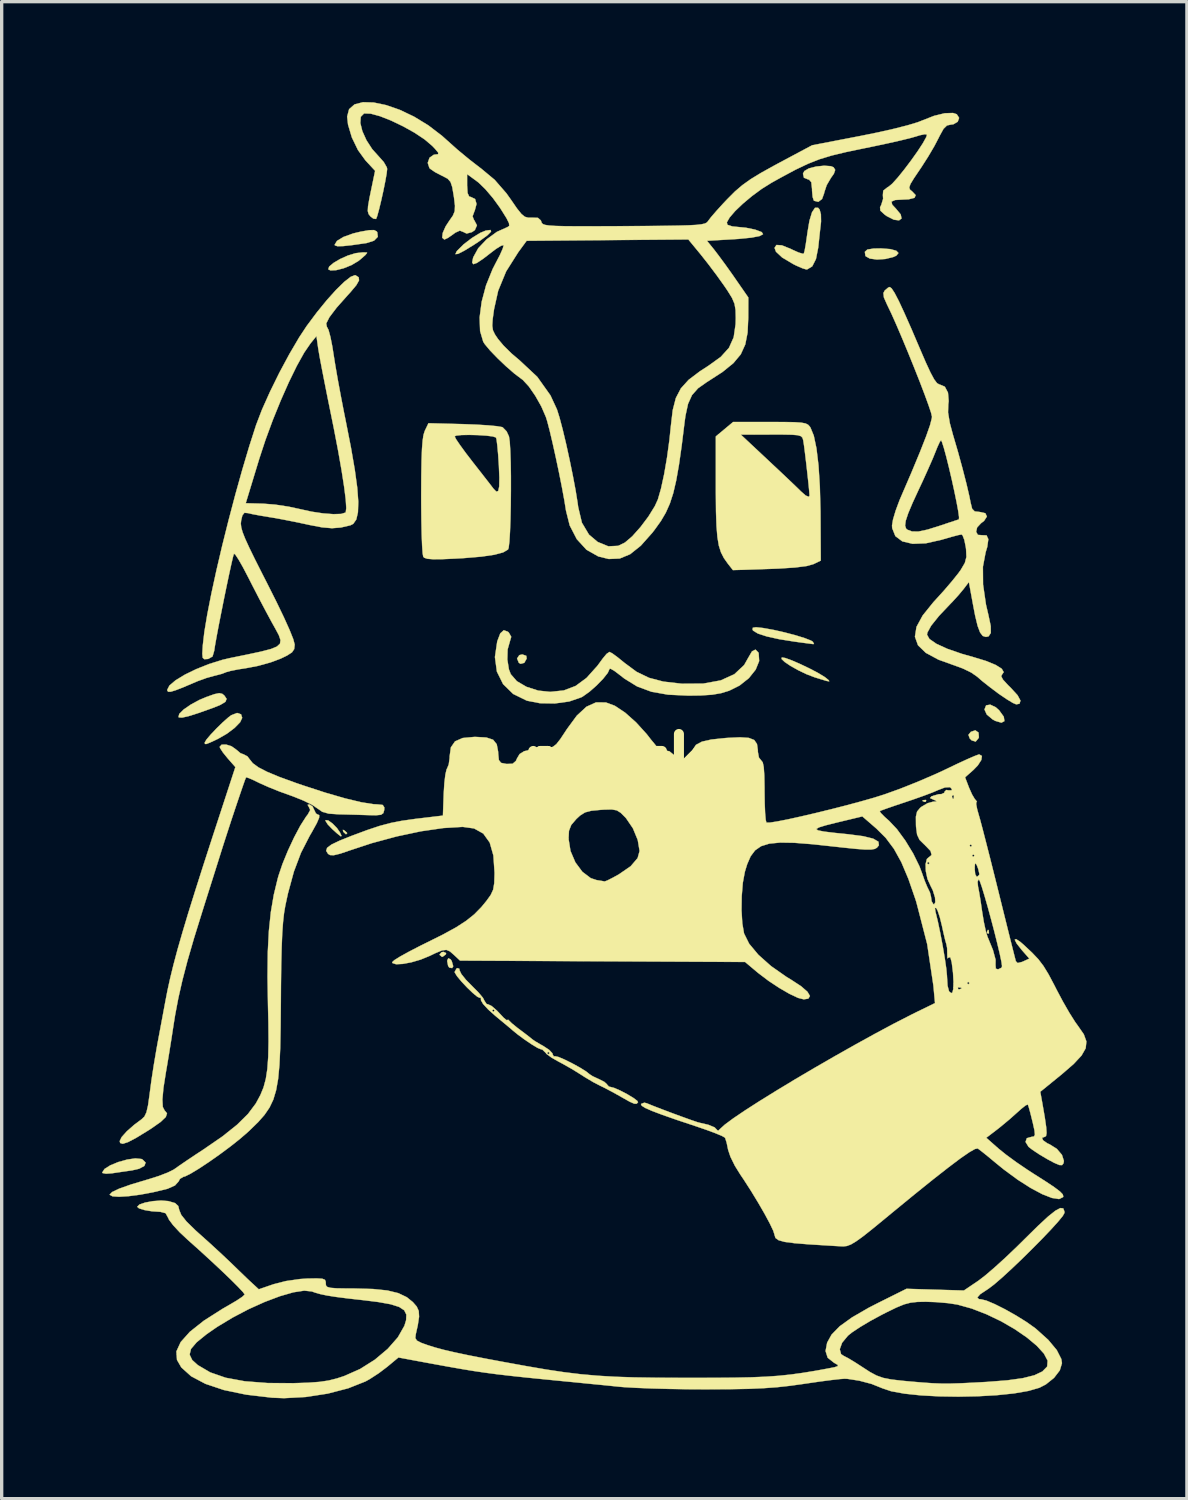
<source format=kicad_pcb>
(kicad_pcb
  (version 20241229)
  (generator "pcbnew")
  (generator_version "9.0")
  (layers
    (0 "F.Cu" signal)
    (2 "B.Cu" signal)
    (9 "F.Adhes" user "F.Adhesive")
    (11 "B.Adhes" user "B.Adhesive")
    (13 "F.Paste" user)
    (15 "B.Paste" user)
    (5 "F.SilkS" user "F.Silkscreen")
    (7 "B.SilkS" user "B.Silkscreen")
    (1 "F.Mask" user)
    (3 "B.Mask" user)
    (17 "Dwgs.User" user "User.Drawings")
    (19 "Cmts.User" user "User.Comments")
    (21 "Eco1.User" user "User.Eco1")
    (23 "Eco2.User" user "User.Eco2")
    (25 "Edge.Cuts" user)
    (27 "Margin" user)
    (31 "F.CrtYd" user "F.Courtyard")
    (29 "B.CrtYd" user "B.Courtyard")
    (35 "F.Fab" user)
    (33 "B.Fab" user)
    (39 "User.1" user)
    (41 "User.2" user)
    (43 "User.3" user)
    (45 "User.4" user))
  (footprint "mark"
    (layer "F.Cu")
    (at 15.32 19.723)
    (property "Reference" "mark" (at 0 0 0) (layer "F.SilkS") (effects (font (size 1.524 1.524) (thickness 0.3))))
    (attr through_hole)
    (fp_poly (pts (xy 9.313 1.145) (xy 9.303 1.19) (xy 9.264 1.195) (xy 9.202 1.168) (xy 9.214 1.145) (xy 9.302 1.137) (xy 9.313 1.145)) (stroke (width 0.01) (type solid)) (fill yes) (layer "F.SilkS"))
    (fp_poly (pts (xy 11.181 5.03) (xy 11.19 5.119) (xy 11.181 5.13) (xy 11.137 5.12) (xy 11.131 5.08) (xy 11.159 5.019) (xy 11.181 5.03)) (stroke (width 0.01) (type solid)) (fill yes) (layer "F.SilkS"))
    (fp_poly (pts (xy -8.08 2.047) (xy -8 2.117) (xy -7.994 2.134) (xy -8.029 2.164) (xy -8.103 2.095) (xy -8.113 2.08) (xy -8.122 2.029) (xy -8.08 2.047)) (stroke (width 0.01) (type solid)) (fill yes) (layer "F.SilkS"))
    (fp_poly (pts (xy -5.036 5.714) (xy -5.043 5.752) (xy -5.138 5.824) (xy -5.159 5.827) (xy -5.227 5.77) (xy -5.229 5.752) (xy -5.169 5.687) (xy -5.113 5.678) (xy -5.036 5.714)) (stroke (width 0.01) (type solid)) (fill yes) (layer "F.SilkS"))
    (fp_poly (pts (xy -4.905 5.898) (xy -4.868 5.953) (xy -4.823 6.109) (xy -4.856 6.163) (xy -4.942 6.148) (xy -4.976 6.096) (xy -5.005 5.947) (xy -4.973 5.87) (xy -4.905 5.898)) (stroke (width 0.01) (type solid)) (fill yes) (layer "F.SilkS"))
    (fp_poly (pts (xy -2.639 -3.171) (xy -2.628 -3.088) (xy -2.699 -2.961) (xy -2.809 -2.931) (xy -2.862 -2.962) (xy -2.915 -3.09) (xy -2.848 -3.191) (xy -2.759 -3.212) (xy -2.639 -3.171)) (stroke (width 0.01) (type solid)) (fill yes) (layer "F.SilkS"))
    (fp_poly (pts (xy 10.878 -0.877) (xy 10.889 -0.737) (xy 10.882 -0.715) (xy 10.793 -0.607) (xy 10.673 -0.643) (xy 10.616 -0.7) (xy 10.576 -0.808) (xy 10.648 -0.898) (xy 10.782 -0.944) (xy 10.878 -0.877)) (stroke (width 0.01) (type solid)) (fill yes) (layer "F.SilkS"))
    (fp_poly (pts (xy -8.557 1.751) (xy -8.429 1.844) (xy -8.294 1.984) (xy -8.208 2.11) (xy -8.161 2.212) (xy -8.183 2.225) (xy -8.288 2.144) (xy -8.434 2.013) (xy -8.573 1.869) (xy -8.64 1.764) (xy -8.638 1.74) (xy -8.557 1.751)) (stroke (width 0.01) (type solid)) (fill yes) (layer "F.SilkS"))
    (fp_poly (pts (xy 11.392 -1.634) (xy 11.492 -1.545) (xy 11.633 -1.35) (xy 11.652 -1.219) (xy 11.562 -1.172) (xy 11.376 -1.227) (xy 11.294 -1.273) (xy 11.124 -1.417) (xy 11.057 -1.565) (xy 11.056 -1.568) (xy 11.105 -1.69) (xy 11.228 -1.711) (xy 11.392 -1.634)) (stroke (width 0.01) (type solid)) (fill yes) (layer "F.SilkS"))
    (fp_poly (pts (xy -3.692 -15.85) (xy -3.805 -15.737) (xy -4.044 -15.563) (xy -4.204 -15.457) (xy -4.492 -15.28) (xy -4.678 -15.186) (xy -4.758 -15.176) (xy -4.725 -15.253) (xy -4.704 -15.28) (xy -4.512 -15.47) (xy -4.264 -15.66) (xy -4.017 -15.812) (xy -3.85 -15.881) (xy -3.706 -15.899) (xy -3.692 -15.85)) (stroke (width 0.01) (type solid)) (fill yes) (layer "F.SilkS"))
    (fp_poly (pts (xy 8.242 -15.327) (xy 8.42 -15.278) (xy 8.485 -15.21) (xy 8.421 -15.132) (xy 8.337 -15.093) (xy 8.093 -15.032) (xy 7.842 -15.016) (xy 7.63 -15.044) (xy 7.506 -15.113) (xy 7.496 -15.131) (xy 7.48 -15.246) (xy 7.555 -15.314) (xy 7.741 -15.344) (xy 7.963 -15.348) (xy 8.242 -15.327)) (stroke (width 0.01) (type solid)) (fill yes) (layer "F.SilkS"))
    (fp_poly (pts (xy -14.143 11.869) (xy -14.115 11.881) (xy -14.017 11.977) (xy -14.054 12.075) (xy -14.21 12.16) (xy -14.423 12.209) (xy -14.708 12.25) (xy -15 12.293) (xy -15.016 12.296) (xy -15.202 12.309) (xy -15.306 12.289) (xy -15.315 12.274) (xy -15.247 12.168) (xy -15.073 12.058) (xy -14.834 11.96) (xy -14.572 11.887) (xy -14.327 11.851) (xy -14.143 11.869)) (stroke (width 0.01) (type solid)) (fill yes) (layer "F.SilkS"))
    (fp_poly (pts (xy -7.408 -15.226) (xy -7.396 -15.216) (xy -7.45 -15.149) (xy -7.586 -15.03) (xy -7.659 -14.972) (xy -7.861 -14.851) (xy -8.097 -14.755) (xy -8.322 -14.698) (xy -8.493 -14.69) (xy -8.558 -14.724) (xy -8.531 -14.805) (xy -8.4 -14.915) (xy -8.202 -15.032) (xy -7.974 -15.134) (xy -7.753 -15.202) (xy -7.713 -15.209) (xy -7.521 -15.23) (xy -7.408 -15.226)) (stroke (width 0.01) (type solid)) (fill yes) (layer "F.SilkS"))
    (fp_poly (pts (xy -7.111 -15.856) (xy -7.094 -15.833) (xy -7.077 -15.695) (xy -7.19 -15.58) (xy -7.413 -15.508) (xy -7.422 -15.507) (xy -7.833 -15.448) (xy -8.114 -15.417) (xy -8.284 -15.414) (xy -8.359 -15.438) (xy -8.367 -15.458) (xy -8.297 -15.573) (xy -8.105 -15.69) (xy -7.818 -15.794) (xy -7.589 -15.849) (xy -7.336 -15.893) (xy -7.189 -15.896) (xy -7.111 -15.856)) (stroke (width 0.01) (type solid)) (fill yes) (layer "F.SilkS"))
    (fp_poly (pts (xy -11.725 -2.034) (xy -11.664 -1.984) (xy -11.597 -1.884) (xy -11.632 -1.796) (xy -11.784 -1.704) (xy -12.028 -1.606) (xy -12.446 -1.458) (xy -12.741 -1.365) (xy -12.928 -1.324) (xy -13.022 -1.33) (xy -13.035 -1.342) (xy -13.012 -1.435) (xy -12.882 -1.565) (xy -12.671 -1.711) (xy -12.411 -1.852) (xy -12.203 -1.94) (xy -11.962 -2.025) (xy -11.817 -2.055) (xy -11.725 -2.034)) (stroke (width 0.01) (type solid)) (fill yes) (layer "F.SilkS"))
    (fp_poly (pts (xy 5.103 -3.105) (xy 5.3 -3.033) (xy 5.553 -2.923) (xy 5.823 -2.794) (xy 6.072 -2.664) (xy 6.263 -2.549) (xy 6.313 -2.513) (xy 6.403 -2.439) (xy 6.416 -2.407) (xy 6.336 -2.42) (xy 6.142 -2.478) (xy 5.976 -2.53) (xy 5.735 -2.622) (xy 5.487 -2.741) (xy 5.261 -2.868) (xy 5.085 -2.986) (xy 4.99 -3.077) (xy 4.999 -3.123) (xy 5.103 -3.105)) (stroke (width 0.01) (type solid)) (fill yes) (layer "F.SilkS"))
    (fp_poly (pts (xy -11.165 -1.423) (xy -11.131 -1.317) (xy -11.193 -1.185) (xy -11.357 -1.017) (xy -11.589 -0.842) (xy -11.857 -0.688) (xy -11.874 -0.68) (xy -12.088 -0.58) (xy -12.201 -0.535) (xy -12.244 -0.536) (xy -12.251 -0.576) (xy -12.251 -0.579) (xy -12.2 -0.666) (xy -12.071 -0.818) (xy -11.896 -1.003) (xy -11.707 -1.187) (xy -11.538 -1.336) (xy -11.46 -1.394) (xy -11.284 -1.463) (xy -11.165 -1.423)) (stroke (width 0.01) (type solid)) (fill yes) (layer "F.SilkS"))
    (fp_poly (pts (xy 4.438 -4.002) (xy 4.444 -4.001) (xy 4.754 -3.945) (xy 5.088 -3.869) (xy 5.411 -3.784) (xy 5.684 -3.699) (xy 5.871 -3.626) (xy 5.925 -3.592) (xy 5.96 -3.527) (xy 5.935 -3.521) (xy 5.829 -3.535) (xy 5.621 -3.562) (xy 5.379 -3.595) (xy 4.924 -3.667) (xy 4.553 -3.749) (xy 4.285 -3.836) (xy 4.141 -3.923) (xy 4.124 -3.951) (xy 4.131 -4.01) (xy 4.226 -4.025) (xy 4.438 -4.002)) (stroke (width 0.01) (type solid)) (fill yes) (layer "F.SilkS"))
    (fp_poly (pts (xy 6.464 -17.806) (xy 6.546 -17.773) (xy 6.594 -17.695) (xy 6.556 -17.583) (xy 6.466 -17.455) (xy 6.34 -17.24) (xy 6.267 -17.022) (xy 6.263 -16.996) (xy 6.201 -16.825) (xy 6.089 -16.74) (xy 5.966 -16.771) (xy 5.954 -16.781) (xy 5.92 -16.884) (xy 5.902 -17.072) (xy 5.902 -17.12) (xy 5.88 -17.327) (xy 5.811 -17.405) (xy 5.794 -17.406) (xy 5.66 -17.46) (xy 5.631 -17.582) (xy 5.672 -17.661) (xy 5.806 -17.739) (xy 6.023 -17.795) (xy 6.263 -17.82) (xy 6.464 -17.806)) (stroke (width 0.01) (type solid)) (fill yes) (layer "F.SilkS"))
    (fp_poly (pts (xy 6.128 -16.51) (xy 6.167 -16.367) (xy 6.171 -16.153) (xy 6.166 -16.099) (xy 6.137 -15.848) (xy 6.104 -15.538) (xy 6.086 -15.371) (xy 6.019 -15.032) (xy 5.908 -14.812) (xy 5.759 -14.722) (xy 5.728 -14.72) (xy 5.612 -14.755) (xy 5.424 -14.837) (xy 5.341 -14.879) (xy 5.009 -15.076) (xy 4.824 -15.249) (xy 4.781 -15.364) (xy 4.837 -15.451) (xy 5.001 -15.44) (xy 5.271 -15.331) (xy 5.314 -15.309) (xy 5.502 -15.225) (xy 5.629 -15.188) (xy 5.654 -15.191) (xy 5.68 -15.278) (xy 5.715 -15.475) (xy 5.754 -15.743) (xy 5.763 -15.813) (xy 5.824 -16.174) (xy 5.901 -16.428) (xy 5.99 -16.561) (xy 6.082 -16.563) (xy 6.128 -16.51)) (stroke (width 0.01) (type solid)) (fill yes) (layer "F.SilkS"))
    (fp_poly (pts (xy 5.074 -10.159) (xy 5.377 -10.154) (xy 5.58 -10.14) (xy 5.708 -10.116) (xy 5.785 -10.077) (xy 5.837 -10.02) (xy 5.855 -9.992) (xy 5.954 -9.751) (xy 6.034 -9.37) (xy 6.095 -8.861) (xy 6.135 -8.231) (xy 6.155 -7.491) (xy 6.156 -7.36) (xy 6.163 -6.017) (xy 5.941 -5.91) (xy 5.74 -5.854) (xy 5.394 -5.81) (xy 4.901 -5.778) (xy 4.628 -5.768) (xy 3.537 -5.733) (xy 3.379 -5.934) (xy 3.266 -6.094) (xy 3.18 -6.263) (xy 3.116 -6.464) (xy 3.073 -6.72) (xy 3.046 -7.052) (xy 3.031 -7.483) (xy 3.026 -8.035) (xy 3.026 -8.207) (xy 3.026 -9.728) (xy 3.09 -9.782) (xy 3.773 -9.782) (xy 4.594 -9.013) (xy 4.895 -8.731) (xy 5.168 -8.473) (xy 5.389 -8.263) (xy 5.534 -8.122) (xy 5.566 -8.09) (xy 5.712 -7.961) (xy 5.806 -7.924) (xy 5.827 -7.959) (xy 5.818 -8.082) (xy 5.796 -8.311) (xy 5.764 -8.605) (xy 5.728 -8.924) (xy 5.692 -9.225) (xy 5.661 -9.467) (xy 5.639 -9.609) (xy 5.637 -9.618) (xy 5.615 -9.689) (xy 5.569 -9.736) (xy 5.473 -9.765) (xy 5.302 -9.779) (xy 5.029 -9.784) (xy 4.686 -9.784) (xy 3.773 -9.782) (xy 3.09 -9.782) (xy 3.284 -9.944) (xy 3.543 -10.16) (xy 4.646 -10.16) (xy 5.074 -10.159)) (stroke (width 0.01) (type solid)) (fill yes) (layer "F.SilkS"))
    (fp_poly (pts (xy -4.519 -10.096) (xy -4.129 -10.081) (xy -3.786 -10.06) (xy -3.52 -10.035) (xy -3.364 -10.008) (xy -3.344 -10) (xy -3.228 -9.88) (xy -3.157 -9.728) (xy -3.134 -9.57) (xy -3.117 -9.302) (xy -3.105 -8.951) (xy -3.099 -8.543) (xy -3.099 -8.105) (xy -3.103 -7.664) (xy -3.112 -7.246) (xy -3.126 -6.879) (xy -3.144 -6.589) (xy -3.166 -6.402) (xy -3.185 -6.348) (xy -3.333 -6.261) (xy -3.597 -6.191) (xy -3.984 -6.135) (xy -4.507 -6.091) (xy -4.751 -6.077) (xy -5.15 -6.059) (xy -5.423 -6.057) (xy -5.595 -6.071) (xy -5.689 -6.102) (xy -5.719 -6.132) (xy -5.737 -6.234) (xy -5.753 -6.462) (xy -5.766 -6.795) (xy -5.775 -7.21) (xy -5.78 -7.683) (xy -5.781 -7.955) (xy -5.778 -8.547) (xy -5.77 -9.008) (xy -5.757 -9.355) (xy -5.737 -9.607) (xy -5.718 -9.729) (xy -4.781 -9.729) (xy -4.737 -9.643) (xy -4.618 -9.467) (xy -4.442 -9.226) (xy -4.24 -8.963) (xy -4.019 -8.681) (xy -3.828 -8.436) (xy -3.688 -8.256) (xy -3.624 -8.171) (xy -3.536 -8.079) (xy -3.479 -8.096) (xy -3.449 -8.231) (xy -3.444 -8.494) (xy -3.459 -8.861) (xy -3.481 -9.191) (xy -3.506 -9.461) (xy -3.529 -9.64) (xy -3.545 -9.696) (xy -3.642 -9.728) (xy -3.836 -9.752) (xy -4.085 -9.768) (xy -4.345 -9.774) (xy -4.576 -9.77) (xy -4.734 -9.753) (xy -4.781 -9.729) (xy -5.718 -9.729) (xy -5.71 -9.78) (xy -5.674 -9.893) (xy -5.671 -9.899) (xy -5.563 -10.123) (xy -4.519 -10.096)) (stroke (width 0.01) (type solid)) (fill yes) (layer "F.SilkS"))
    (fp_poly (pts (xy -3.189 -3.891) (xy -3.161 -3.865) (xy -3.089 -3.739) (xy -3.13 -3.6) (xy -3.197 -3.363) (xy -3.206 -3.061) (xy -3.159 -2.766) (xy -3.103 -2.621) (xy -2.922 -2.413) (xy -2.634 -2.244) (xy -2.282 -2.131) (xy -1.924 -2.093) (xy -1.519 -2.136) (xy -1.165 -2.27) (xy -0.838 -2.511) (xy -0.512 -2.874) (xy -0.351 -3.094) (xy -0.239 -3.229) (xy -0.153 -3.287) (xy -0.152 -3.287) (xy -0.066 -3.242) (xy 0.096 -3.123) (xy 0.301 -2.956) (xy 0.303 -2.955) (xy 0.657 -2.693) (xy 1.029 -2.513) (xy 1.459 -2.4) (xy 1.989 -2.339) (xy 2.021 -2.337) (xy 2.65 -2.341) (xy 3.171 -2.436) (xy 3.58 -2.621) (xy 3.873 -2.896) (xy 3.999 -3.119) (xy 4.107 -3.304) (xy 4.211 -3.357) (xy 4.297 -3.271) (xy 4.306 -3.25) (xy 4.321 -3.015) (xy 4.217 -2.758) (xy 4.015 -2.505) (xy 3.736 -2.283) (xy 3.425 -2.128) (xy 3.183 -2.054) (xy 2.914 -2.008) (xy 2.575 -1.986) (xy 2.204 -1.981) (xy 1.599 -2.009) (xy 1.101 -2.097) (xy 0.676 -2.254) (xy 0.292 -2.491) (xy 0.18 -2.579) (xy 0.004 -2.713) (xy -0.116 -2.784) (xy -0.149 -2.783) (xy -0.204 -2.661) (xy -0.344 -2.484) (xy -0.538 -2.285) (xy -0.75 -2.098) (xy -0.949 -1.956) (xy -0.998 -1.929) (xy -1.355 -1.806) (xy -1.786 -1.747) (xy -2.231 -1.754) (xy -2.622 -1.83) (xy -3.032 -2.031) (xy -3.333 -2.326) (xy -3.518 -2.699) (xy -3.577 -3.134) (xy -3.508 -3.602) (xy -3.417 -3.841) (xy -3.312 -3.936) (xy -3.189 -3.891)) (stroke (width 0.01) (type solid)) (fill yes) (layer "F.SilkS"))
    (fp_poly (pts (xy -9.027 1.333) (xy -8.986 1.419) (xy -8.927 1.541) (xy -8.881 1.569) (xy -8.828 1.591) (xy -8.832 1.671) (xy -8.9 1.829) (xy -9.041 2.085) (xy -9.116 2.214) (xy -9.374 2.717) (xy -9.586 3.279) (xy -9.764 3.934) (xy -9.842 4.296) (xy -9.88 4.52) (xy -9.91 4.791) (xy -9.934 5.125) (xy -9.951 5.541) (xy -9.964 6.059) (xy -9.972 6.695) (xy -9.975 7.172) (xy -9.982 7.926) (xy -9.994 8.55) (xy -10.018 9.06) (xy -10.057 9.476) (xy -10.117 9.814) (xy -10.201 10.094) (xy -10.315 10.333) (xy -10.464 10.55) (xy -10.651 10.763) (xy -10.883 10.989) (xy -10.981 11.081) (xy -11.212 11.28) (xy -11.498 11.506) (xy -11.814 11.74) (xy -12.133 11.964) (xy -12.428 12.159) (xy -12.673 12.307) (xy -12.84 12.39) (xy -12.887 12.401) (xy -12.991 12.463) (xy -13.033 12.541) (xy -13.14 12.66) (xy -13.36 12.758) (xy -13.393 12.767) (xy -13.788 12.862) (xy -14.173 12.934) (xy -14.522 12.98) (xy -14.809 12.998) (xy -15.007 12.985) (xy -15.09 12.94) (xy -15.091 12.932) (xy -15.018 12.856) (xy -14.805 12.755) (xy -14.457 12.632) (xy -13.98 12.489) (xy -13.934 12.476) (xy -13.628 12.379) (xy -13.358 12.275) (xy -13.173 12.183) (xy -13.149 12.166) (xy -13.008 12.066) (xy -12.778 11.909) (xy -12.495 11.72) (xy -12.289 11.585) (xy -11.724 11.196) (xy -11.285 10.846) (xy -10.957 10.522) (xy -10.725 10.212) (xy -10.708 10.182) (xy -10.587 9.957) (xy -10.493 9.729) (xy -10.425 9.476) (xy -10.379 9.178) (xy -10.352 8.811) (xy -10.343 8.356) (xy -10.348 7.788) (xy -10.36 7.284) (xy -10.374 6.424) (xy -10.366 5.688) (xy -10.333 5.05) (xy -10.274 4.485) (xy -10.186 3.97) (xy -10.067 3.479) (xy -10.044 3.399) (xy -9.925 3.046) (xy -9.763 2.651) (xy -9.579 2.257) (xy -9.392 1.905) (xy -9.223 1.639) (xy -9.169 1.57) (xy -9.098 1.438) (xy -9.136 1.352) (xy -9.176 1.283) (xy -9.122 1.27) (xy -9.027 1.333)) (stroke (width 0.01) (type solid)) (fill yes) (layer "F.SilkS"))
    (fp_poly (pts (xy -4.643 6.18) (xy -4.632 6.235) (xy -4.58 6.342) (xy -4.445 6.511) (xy -4.258 6.701) (xy -4.07 6.89) (xy -3.935 7.051) (xy -3.885 7.148) (xy -3.825 7.237) (xy -3.78 7.246) (xy -3.672 7.299) (xy -3.518 7.432) (xy -3.444 7.511) (xy -3.31 7.653) (xy -3.226 7.72) (xy -3.211 7.716) (xy -3.178 7.707) (xy -3.155 7.732) (xy -3.066 7.818) (xy -2.901 7.952) (xy -2.801 8.027) (xy -2.621 8.163) (xy -2.495 8.262) (xy -2.465 8.288) (xy -2.381 8.347) (xy -2.215 8.445) (xy -2.129 8.493) (xy -1.955 8.608) (xy -1.859 8.71) (xy -1.851 8.743) (xy -1.818 8.803) (xy -1.778 8.798) (xy -1.679 8.819) (xy -1.495 8.897) (xy -1.268 9.01) (xy -1.04 9.135) (xy -0.853 9.251) (xy -0.748 9.335) (xy -0.747 9.336) (xy -0.658 9.394) (xy -0.491 9.472) (xy -0.467 9.482) (xy -0.305 9.565) (xy -0.226 9.638) (xy -0.224 9.646) (xy -0.166 9.708) (xy -0.138 9.712) (xy -0.014 9.744) (xy 0.17 9.824) (xy 0.375 9.931) (xy 0.558 10.041) (xy 0.678 10.131) (xy 0.701 10.174) (xy 0.658 10.218) (xy 0.586 10.216) (xy 0.454 10.158) (xy 0.231 10.033) (xy 0.187 10.007) (xy -0.07 9.864) (xy -0.317 9.734) (xy -0.429 9.68) (xy -0.641 9.57) (xy -0.891 9.421) (xy -0.989 9.358) (xy -1.258 9.19) (xy -1.56 9.019) (xy -1.67 8.961) (xy -1.88 8.842) (xy -2.028 8.734) (xy -2.054 8.703) (xy -2.017 8.703) (xy -1.98 8.741) (xy -1.942 8.703) (xy -1.98 8.666) (xy -2.017 8.703) (xy -2.054 8.703) (xy -2.07 8.685) (xy -2.161 8.598) (xy -2.197 8.591) (xy -2.299 8.55) (xy -2.477 8.443) (xy -2.692 8.298) (xy -2.903 8.142) (xy -3.037 8.032) (xy -3.133 7.95) (xy -3.31 7.802) (xy -3.532 7.618) (xy -3.574 7.583) (xy -3.741 7.433) (xy -3.661 7.433) (xy -3.623 7.471) (xy -3.586 7.433) (xy -3.623 7.396) (xy -3.661 7.433) (xy -3.741 7.433) (xy -3.783 7.395) (xy -3.932 7.233) (xy -3.994 7.126) (xy -3.994 7.112) (xy -3.998 7.047) (xy -4.024 7.053) (xy -4.099 7.022) (xy -4.238 6.908) (xy -4.407 6.746) (xy -4.575 6.567) (xy -4.709 6.406) (xy -4.778 6.294) (xy -4.781 6.278) (xy -4.727 6.179) (xy -4.706 6.163) (xy -4.643 6.18)) (stroke (width 0.01) (type solid)) (fill yes) (layer "F.SilkS"))
    (fp_poly (pts (xy -11.45 -0.467) (xy -11.318 -0.374) (xy -11.183 -0.261) (xy -11.085 -0.224) (xy -10.974 -0.165) (xy -10.912 -0.083) (xy -10.814 0.04) (xy -10.644 0.164) (xy -10.386 0.297) (xy -10.021 0.449) (xy -9.534 0.626) (xy -9.331 0.696) (xy -8.647 0.919) (xy -8.057 1.09) (xy -7.574 1.206) (xy -7.209 1.264) (xy -7.087 1.27) (xy -6.93 1.287) (xy -6.882 1.362) (xy -6.886 1.438) (xy -6.912 1.531) (xy -6.981 1.58) (xy -7.129 1.595) (xy -7.359 1.591) (xy -7.708 1.58) (xy -8.088 1.57) (xy -8.255 1.566) (xy -8.543 1.547) (xy -8.735 1.493) (xy -8.885 1.389) (xy -8.89 1.385) (xy -9.049 1.279) (xy -9.302 1.155) (xy -9.602 1.034) (xy -9.674 1.008) (xy -10.01 0.887) (xy -10.343 0.753) (xy -10.608 0.635) (xy -10.634 0.622) (xy -10.837 0.524) (xy -10.977 0.468) (xy -11.016 0.462) (xy -11.048 0.541) (xy -11.116 0.734) (xy -11.212 1.015) (xy -11.327 1.355) (xy -11.451 1.728) (xy -11.574 2.106) (xy -11.689 2.461) (xy -11.773 2.727) (xy -11.863 3.013) (xy -11.985 3.4) (xy -12.125 3.843) (xy -12.27 4.302) (xy -12.33 4.494) (xy -12.572 5.273) (xy -12.766 5.942) (xy -12.919 6.529) (xy -13.04 7.062) (xy -13.136 7.569) (xy -13.18 7.844) (xy -13.244 8.262) (xy -13.316 8.713) (xy -13.384 9.121) (xy -13.409 9.264) (xy -13.485 9.745) (xy -13.516 10.092) (xy -13.504 10.314) (xy -13.449 10.42) (xy -13.447 10.421) (xy -13.378 10.504) (xy -13.414 10.613) (xy -13.566 10.759) (xy -13.841 10.953) (xy -13.936 11.014) (xy -14.292 11.232) (xy -14.542 11.364) (xy -14.7 11.415) (xy -14.778 11.391) (xy -14.792 11.334) (xy -14.734 11.214) (xy -14.579 11.041) (xy -14.356 10.845) (xy -14.139 10.683) (xy -14.054 10.602) (xy -13.993 10.474) (xy -13.945 10.266) (xy -13.9 9.945) (xy -13.894 9.899) (xy -13.843 9.514) (xy -13.773 9.059) (xy -13.697 8.611) (xy -13.667 8.442) (xy -13.595 8.057) (xy -13.523 7.672) (xy -13.462 7.344) (xy -13.437 7.209) (xy -13.366 6.841) (xy -13.283 6.463) (xy -13.184 6.059) (xy -13.065 5.612) (xy -12.92 5.108) (xy -12.747 4.53) (xy -12.539 3.864) (xy -12.293 3.092) (xy -12.004 2.2) (xy -11.902 1.889) (xy -11.335 0.155) (xy -11.569 -0.112) (xy -11.708 -0.284) (xy -11.792 -0.415) (xy -11.804 -0.451) (xy -11.746 -0.515) (xy -11.611 -0.518) (xy -11.45 -0.467)) (stroke (width 0.01) (type solid)) (fill yes) (layer "F.SilkS"))
    (fp_poly (pts (xy 8.283 -14.15) (xy 8.372 -14.013) (xy 8.497 -13.772) (xy 8.661 -13.419) (xy 8.871 -12.945) (xy 9.111 -12.383) (xy 9.298 -11.949) (xy 9.442 -11.638) (xy 9.552 -11.434) (xy 9.637 -11.321) (xy 9.707 -11.281) (xy 9.716 -11.281) (xy 9.871 -11.215) (xy 9.965 -11.038) (xy 9.986 -10.782) (xy 9.974 -10.686) (xy 9.967 -10.444) (xy 10.02 -10.125) (xy 10.114 -9.777) (xy 10.262 -9.272) (xy 10.399 -8.771) (xy 10.517 -8.312) (xy 10.605 -7.933) (xy 10.641 -7.751) (xy 10.687 -7.566) (xy 10.765 -7.487) (xy 10.91 -7.471) (xy 11.082 -7.433) (xy 11.128 -7.335) (xy 11.044 -7.204) (xy 10.952 -7.133) (xy 10.836 -7.008) (xy 10.806 -6.877) (xy 10.859 -6.786) (xy 10.98 -6.776) (xy 11.118 -6.771) (xy 11.171 -6.657) (xy 11.139 -6.427) (xy 11.09 -6.263) (xy 11.009 -5.833) (xy 11.013 -5.304) (xy 11.101 -4.7) (xy 11.175 -4.383) (xy 11.243 -4.059) (xy 11.245 -3.854) (xy 11.179 -3.753) (xy 11.099 -3.735) (xy 11.004 -3.765) (xy 10.925 -3.868) (xy 10.851 -4.065) (xy 10.776 -4.375) (xy 10.715 -4.693) (xy 10.59 -5.376) (xy 10.435 -5.172) (xy 10.277 -4.982) (xy 10.087 -4.774) (xy 10.052 -4.739) (xy 9.695 -4.362) (xy 9.461 -4.07) (xy 9.349 -3.865) (xy 9.338 -3.804) (xy 9.41 -3.674) (xy 9.618 -3.53) (xy 9.948 -3.379) (xy 10.389 -3.227) (xy 10.722 -3.133) (xy 11.103 -3.017) (xy 11.391 -2.898) (xy 11.572 -2.784) (xy 11.631 -2.683) (xy 11.588 -2.623) (xy 11.555 -2.563) (xy 11.608 -2.46) (xy 11.761 -2.293) (xy 11.839 -2.217) (xy 12.043 -1.995) (xy 12.132 -1.832) (xy 12.103 -1.739) (xy 12.005 -1.72) (xy 11.904 -1.763) (xy 11.722 -1.873) (xy 11.495 -2.027) (xy 11.467 -2.047) (xy 11.216 -2.236) (xy 10.987 -2.417) (xy 10.832 -2.551) (xy 10.657 -2.672) (xy 10.402 -2.795) (xy 10.205 -2.867) (xy 9.68 -3.056) (xy 9.302 -3.26) (xy 9.069 -3.486) (xy 8.977 -3.742) (xy 9.024 -4.036) (xy 9.209 -4.377) (xy 9.528 -4.773) (xy 9.596 -4.847) (xy 9.849 -5.126) (xy 10.085 -5.402) (xy 10.271 -5.634) (xy 10.347 -5.739) (xy 10.469 -5.947) (xy 10.516 -6.126) (xy 10.506 -6.352) (xy 10.497 -6.421) (xy 10.454 -6.635) (xy 10.401 -6.772) (xy 10.37 -6.798) (xy 10.266 -6.778) (xy 10.062 -6.724) (xy 9.799 -6.648) (xy 9.774 -6.64) (xy 9.303 -6.534) (xy 8.908 -6.519) (xy 8.6 -6.592) (xy 8.392 -6.749) (xy 8.297 -6.987) (xy 8.293 -7.062) (xy 8.683 -7.062) (xy 8.713 -6.973) (xy 8.749 -6.941) (xy 8.891 -6.887) (xy 9.083 -6.886) (xy 9.353 -6.943) (xy 9.723 -7.059) (xy 9.985 -7.147) (xy 10.184 -7.213) (xy 10.285 -7.245) (xy 10.291 -7.246) (xy 10.296 -7.314) (xy 10.271 -7.498) (xy 10.221 -7.768) (xy 10.154 -8.094) (xy 10.076 -8.449) (xy 9.993 -8.803) (xy 9.913 -9.125) (xy 9.841 -9.388) (xy 9.785 -9.562) (xy 9.758 -9.615) (xy 9.721 -9.567) (xy 9.651 -9.416) (xy 9.598 -9.284) (xy 9.509 -9.065) (xy 9.374 -8.758) (xy 9.217 -8.41) (xy 9.106 -8.174) (xy 8.908 -7.745) (xy 8.775 -7.429) (xy 8.702 -7.208) (xy 8.683 -7.062) (xy 8.293 -7.062) (xy 8.292 -7.065) (xy 8.322 -7.244) (xy 8.401 -7.51) (xy 8.515 -7.817) (xy 8.564 -7.932) (xy 8.878 -8.661) (xy 9.126 -9.258) (xy 9.309 -9.724) (xy 9.428 -10.062) (xy 9.482 -10.273) (xy 9.487 -10.318) (xy 9.459 -10.438) (xy 9.381 -10.67) (xy 9.264 -10.99) (xy 9.117 -11.375) (xy 8.949 -11.799) (xy 8.771 -12.238) (xy 8.592 -12.669) (xy 8.422 -13.066) (xy 8.271 -13.405) (xy 8.148 -13.661) (xy 8.144 -13.669) (xy 8.05 -13.881) (xy 8.035 -14.014) (xy 8.073 -14.088) (xy 8.179 -14.178) (xy 8.226 -14.194) (xy 8.283 -14.15)) (stroke (width 0.01) (type solid)) (fill yes) (layer "F.SilkS"))
    (fp_poly (pts (xy -7.745 -14.546) (xy -7.649 -14.485) (xy -7.638 -14.394) (xy -7.718 -14.251) (xy -7.899 -14.035) (xy -7.98 -13.947) (xy -8.31 -13.575) (xy -8.523 -13.294) (xy -8.62 -13.103) (xy -8.6 -13.004) (xy -8.598 -13.003) (xy -8.55 -12.91) (xy -8.494 -12.703) (xy -8.437 -12.416) (xy -8.404 -12.208) (xy -8.351 -11.874) (xy -8.276 -11.438) (xy -8.185 -10.948) (xy -8.088 -10.447) (xy -8.035 -10.185) (xy -7.879 -9.391) (xy -7.765 -8.731) (xy -7.692 -8.196) (xy -7.661 -7.776) (xy -7.671 -7.462) (xy -7.721 -7.245) (xy -7.812 -7.115) (xy -7.896 -7.072) (xy -8.181 -7.006) (xy -8.447 -6.985) (xy -8.746 -7.011) (xy -9.129 -7.084) (xy -9.177 -7.095) (xy -9.549 -7.174) (xy -9.932 -7.249) (xy -10.256 -7.307) (xy -10.33 -7.318) (xy -10.603 -7.364) (xy -10.836 -7.408) (xy -10.954 -7.436) (xy -11.064 -7.446) (xy -11.126 -7.367) (xy -11.162 -7.218) (xy -11.172 -7.122) (xy -11.16 -7.011) (xy -11.12 -6.868) (xy -11.043 -6.673) (xy -10.923 -6.41) (xy -10.752 -6.06) (xy -10.522 -5.604) (xy -10.387 -5.34) (xy -10.11 -4.789) (xy -9.883 -4.318) (xy -9.713 -3.94) (xy -9.604 -3.667) (xy -9.563 -3.511) (xy -9.562 -3.504) (xy -9.577 -3.372) (xy -9.643 -3.274) (xy -9.792 -3.178) (xy -9.985 -3.085) (xy -10.283 -2.974) (xy -10.648 -2.873) (xy -10.974 -2.809) (xy -11.256 -2.764) (xy -11.481 -2.719) (xy -11.608 -2.684) (xy -11.617 -2.679) (xy -11.736 -2.633) (xy -11.928 -2.582) (xy -11.953 -2.577) (xy -12.198 -2.509) (xy -12.466 -2.412) (xy -12.513 -2.392) (xy -12.872 -2.239) (xy -13.116 -2.143) (xy -13.267 -2.097) (xy -13.345 -2.097) (xy -13.371 -2.137) (xy -13.372 -2.153) (xy -13.305 -2.284) (xy -13.119 -2.441) (xy -12.842 -2.609) (xy -12.5 -2.775) (xy -12.12 -2.926) (xy -11.728 -3.049) (xy -11.508 -3.101) (xy -10.97 -3.211) (xy -10.564 -3.298) (xy -10.276 -3.373) (xy -10.093 -3.448) (xy -10.001 -3.534) (xy -9.986 -3.642) (xy -10.034 -3.784) (xy -10.133 -3.97) (xy -10.236 -4.154) (xy -10.413 -4.482) (xy -10.624 -4.881) (xy -10.836 -5.292) (xy -10.95 -5.516) (xy -11.105 -5.813) (xy -11.237 -6.045) (xy -11.333 -6.191) (xy -11.377 -6.225) (xy -11.404 -6.134) (xy -11.453 -5.924) (xy -11.519 -5.623) (xy -11.596 -5.259) (xy -11.678 -4.86) (xy -11.759 -4.454) (xy -11.835 -4.07) (xy -11.898 -3.734) (xy -11.944 -3.476) (xy -11.967 -3.324) (xy -12.017 -3.151) (xy -12.142 -3.08) (xy -12.165 -3.076) (xy -12.262 -3.07) (xy -12.311 -3.112) (xy -12.323 -3.233) (xy -12.309 -3.469) (xy -12.308 -3.486) (xy -12.261 -3.889) (xy -12.174 -4.41) (xy -12.053 -5.027) (xy -11.903 -5.717) (xy -11.73 -6.456) (xy -11.539 -7.22) (xy -11.404 -7.732) (xy -11.025 -7.732) (xy -10.499 -7.718) (xy -10.145 -7.69) (xy -9.741 -7.629) (xy -9.413 -7.558) (xy -9.059 -7.48) (xy -8.712 -7.428) (xy -8.405 -7.405) (xy -8.172 -7.412) (xy -8.045 -7.452) (xy -8.036 -7.462) (xy -8.02 -7.586) (xy -8.036 -7.844) (xy -8.084 -8.223) (xy -8.16 -8.712) (xy -8.263 -9.298) (xy -8.392 -9.969) (xy -8.476 -10.384) (xy -8.577 -10.88) (xy -8.67 -11.349) (xy -8.751 -11.763) (xy -8.814 -12.095) (xy -8.852 -12.318) (xy -8.859 -12.359) (xy -8.911 -12.728) (xy -9.089 -12.509) (xy -9.28 -12.23) (xy -9.5 -11.834) (xy -9.737 -11.349) (xy -9.98 -10.8) (xy -10.218 -10.214) (xy -10.437 -9.619) (xy -10.627 -9.041) (xy -10.627 -9.039) (xy -11.025 -7.732) (xy -11.404 -7.732) (xy -11.337 -7.987) (xy -11.128 -8.734) (xy -10.919 -9.436) (xy -10.715 -10.071) (xy -10.539 -10.53) (xy -10.299 -11.066) (xy -10.019 -11.635) (xy -9.72 -12.191) (xy -9.427 -12.69) (xy -9.201 -13.032) (xy -8.901 -13.434) (xy -8.604 -13.799) (xy -8.325 -14.109) (xy -8.081 -14.348) (xy -7.886 -14.5) (xy -7.758 -14.549) (xy -7.745 -14.546)) (stroke (width 0.01) (type solid)) (fill yes) (layer "F.SilkS"))
    (fp_poly (pts (xy -13.344 13.127) (xy -13.335 13.129) (xy -13.136 13.187) (xy -13.042 13.275) (xy -13.013 13.393) (xy -12.952 13.542) (xy -12.794 13.74) (xy -12.526 14.002) (xy -12.417 14.1) (xy -12.112 14.373) (xy -11.791 14.668) (xy -11.509 14.933) (xy -11.423 15.016) (xy -11.194 15.238) (xy -10.982 15.442) (xy -10.829 15.586) (xy -10.818 15.595) (xy -10.635 15.764) (xy -10.193 15.612) (xy -9.826 15.518) (xy -9.402 15.457) (xy -9.19 15.443) (xy -8.904 15.438) (xy -8.737 15.448) (xy -8.657 15.48) (xy -8.633 15.543) (xy -8.633 15.582) (xy -8.627 15.649) (xy -8.588 15.693) (xy -8.491 15.72) (xy -8.311 15.734) (xy -8.022 15.739) (xy -7.774 15.74) (xy -7.222 15.755) (xy -6.793 15.799) (xy -6.464 15.879) (xy -6.211 16) (xy -6.03 16.146) (xy -5.915 16.278) (xy -5.854 16.412) (xy -5.844 16.584) (xy -5.882 16.834) (xy -5.943 17.109) (xy -5.956 17.221) (xy -5.908 17.298) (xy -5.77 17.368) (xy -5.59 17.432) (xy -5.364 17.503) (xy -5.1 17.574) (xy -4.777 17.649) (xy -4.371 17.735) (xy -3.86 17.835) (xy -3.324 17.935) (xy -2.637 18.06) (xy -2.042 18.162) (xy -1.508 18.242) (xy -1.007 18.303) (xy -0.51 18.347) (xy 0.012 18.378) (xy 0.589 18.397) (xy 1.249 18.407) (xy 2.022 18.411) (xy 2.241 18.411) (xy 2.974 18.41) (xy 3.582 18.405) (xy 4.091 18.394) (xy 4.525 18.376) (xy 4.909 18.349) (xy 5.269 18.311) (xy 5.629 18.261) (xy 6.015 18.198) (xy 6.347 18.137) (xy 6.575 18.093) (xy 6.675 18.059) (xy 6.666 18.021) (xy 6.565 17.963) (xy 6.561 17.961) (xy 6.369 17.809) (xy 6.306 17.609) (xy 6.316 17.555) (xy 6.73 17.555) (xy 6.769 17.701) (xy 6.854 17.758) (xy 6.982 17.823) (xy 7.186 17.946) (xy 7.405 18.088) (xy 7.635 18.237) (xy 7.829 18.341) (xy 8.026 18.411) (xy 8.267 18.459) (xy 8.592 18.497) (xy 8.861 18.522) (xy 9.217 18.552) (xy 9.507 18.572) (xy 9.77 18.582) (xy 10.043 18.582) (xy 10.363 18.572) (xy 10.768 18.552) (xy 11.131 18.532) (xy 11.735 18.485) (xy 12.204 18.42) (xy 12.549 18.333) (xy 12.785 18.221) (xy 12.923 18.081) (xy 12.931 18.065) (xy 12.943 17.895) (xy 12.833 17.686) (xy 12.62 17.452) (xy 12.323 17.204) (xy 11.962 16.956) (xy 11.554 16.72) (xy 11.118 16.511) (xy 10.674 16.339) (xy 10.245 16.22) (xy 9.961 16.177) (xy 9.61 16.147) (xy 9.301 16.136) (xy 9.049 16.141) (xy 8.848 16.163) (xy 8.654 16.214) (xy 8.427 16.307) (xy 8.125 16.454) (xy 7.988 16.524) (xy 7.652 16.705) (xy 7.341 16.89) (xy 7.094 17.054) (xy 6.976 17.149) (xy 6.8 17.362) (xy 6.73 17.555) (xy 6.316 17.555) (xy 6.353 17.359) (xy 6.486 17.118) (xy 6.73 16.868) (xy 7.097 16.604) (xy 7.595 16.316) (xy 7.89 16.165) (xy 8.725 15.749) (xy 9.583 15.775) (xy 10.441 15.8) (xy 10.879 15.504) (xy 11.079 15.35) (xy 11.355 15.114) (xy 11.679 14.82) (xy 12.023 14.492) (xy 12.273 14.245) (xy 12.66 13.864) (xy 12.957 13.589) (xy 13.175 13.415) (xy 13.323 13.336) (xy 13.41 13.345) (xy 13.445 13.437) (xy 13.447 13.48) (xy 13.395 13.573) (xy 13.252 13.747) (xy 13.038 13.983) (xy 12.772 14.262) (xy 12.473 14.564) (xy 12.162 14.871) (xy 11.857 15.161) (xy 11.577 15.418) (xy 11.343 15.62) (xy 11.174 15.748) (xy 11.151 15.763) (xy 10.928 15.911) (xy 10.841 16.01) (xy 10.891 16.058) (xy 10.949 16.062) (xy 11.112 16.101) (xy 11.363 16.207) (xy 11.668 16.36) (xy 11.993 16.543) (xy 12.304 16.736) (xy 12.566 16.922) (xy 12.597 16.947) (xy 12.962 17.275) (xy 13.217 17.581) (xy 13.353 17.849) (xy 13.372 17.972) (xy 13.307 18.187) (xy 13.135 18.411) (xy 12.89 18.607) (xy 12.696 18.707) (xy 12.37 18.801) (xy 11.937 18.876) (xy 11.425 18.929) (xy 10.862 18.961) (xy 10.276 18.973) (xy 9.696 18.964) (xy 9.149 18.934) (xy 8.664 18.883) (xy 8.269 18.811) (xy 7.992 18.718) (xy 7.98 18.712) (xy 7.68 18.592) (xy 7.313 18.495) (xy 6.963 18.441) (xy 6.873 18.437) (xy 6.733 18.447) (xy 6.478 18.476) (xy 6.141 18.52) (xy 5.755 18.576) (xy 5.64 18.593) (xy 5.244 18.648) (xy 4.863 18.69) (xy 4.465 18.719) (xy 4.018 18.739) (xy 3.491 18.749) (xy 2.849 18.753) (xy 2.764 18.754) (xy 2.201 18.751) (xy 1.637 18.742) (xy 1.106 18.728) (xy 0.641 18.709) (xy 0.277 18.688) (xy 0.149 18.677) (xy -0.291 18.632) (xy -0.784 18.584) (xy -1.244 18.538) (xy -1.382 18.525) (xy -2.074 18.457) (xy -2.643 18.4) (xy -3.117 18.349) (xy -3.521 18.302) (xy -3.883 18.254) (xy -4.229 18.203) (xy -4.585 18.144) (xy -4.978 18.075) (xy -5.434 17.992) (xy -5.528 17.975) (xy -6.461 17.802) (xy -6.798 18.082) (xy -7.049 18.272) (xy -7.317 18.446) (xy -7.444 18.517) (xy -7.964 18.723) (xy -8.576 18.882) (xy -9.232 18.983) (xy -9.88 19.018) (xy -10.235 19.004) (xy -11.012 18.913) (xy -11.68 18.774) (xy -12.231 18.589) (xy -12.657 18.363) (xy -12.951 18.098) (xy -13.08 17.874) (xy -13.091 17.716) (xy -12.703 17.716) (xy -12.625 17.878) (xy -12.457 18.03) (xy -12.087 18.247) (xy -11.623 18.408) (xy -11.054 18.513) (xy -10.367 18.566) (xy -9.6 18.57) (xy -9.158 18.556) (xy -8.822 18.531) (xy -8.55 18.491) (xy -8.299 18.428) (xy -8.078 18.355) (xy -7.607 18.146) (xy -7.166 17.868) (xy -6.782 17.545) (xy -6.478 17.199) (xy -6.282 16.854) (xy -6.231 16.685) (xy -6.224 16.52) (xy -6.288 16.391) (xy -6.439 16.291) (xy -6.692 16.211) (xy -7.065 16.144) (xy -7.491 16.091) (xy -7.972 16.037) (xy -8.331 15.991) (xy -8.598 15.949) (xy -8.798 15.907) (xy -8.961 15.86) (xy -9.048 15.828) (xy -9.276 15.804) (xy -9.602 15.854) (xy -10.004 15.97) (xy -10.457 16.141) (xy -10.937 16.357) (xy -11.419 16.61) (xy -11.88 16.888) (xy -12.196 17.107) (xy -12.494 17.349) (xy -12.661 17.546) (xy -12.703 17.716) (xy -13.091 17.716) (xy -13.098 17.622) (xy -12.969 17.341) (xy -12.695 17.034) (xy -12.275 16.701) (xy -11.712 16.343) (xy -11.529 16.238) (xy -11.298 16.102) (xy -11.13 15.99) (xy -11.057 15.922) (xy -11.056 15.919) (xy -11.109 15.845) (xy -11.256 15.689) (xy -11.477 15.468) (xy -11.757 15.2) (xy -12.076 14.902) (xy -12.416 14.591) (xy -12.76 14.284) (xy -12.761 14.283) (xy -13.001 14.058) (xy -13.196 13.847) (xy -13.318 13.684) (xy -13.343 13.629) (xy -13.42 13.489) (xy -13.582 13.447) (xy -13.595 13.447) (xy -13.831 13.432) (xy -14.053 13.395) (xy -14.214 13.345) (xy -14.269 13.298) (xy -14.202 13.23) (xy -14.03 13.171) (xy -13.8 13.129) (xy -13.556 13.111) (xy -13.344 13.127)) (stroke (width 0.01) (type solid)) (fill yes) (layer "F.SilkS"))
    (fp_poly (pts (xy -7.201 -19.709) (xy -6.827 -19.631) (xy -6.419 -19.489) (xy -5.993 -19.286) (xy -5.567 -19.026) (xy -5.159 -18.714) (xy -5.003 -18.574) (xy -4.697 -18.301) (xy -4.347 -18.011) (xy -4.024 -17.761) (xy -3.998 -17.743) (xy -3.584 -17.398) (xy -3.234 -16.996) (xy -3.101 -16.809) (xy -2.917 -16.542) (xy -2.786 -16.379) (xy -2.683 -16.294) (xy -2.58 -16.266) (xy -2.475 -16.268) (xy -2.291 -16.261) (xy -2.204 -16.185) (xy -2.19 -16.144) (xy -2.174 -16.105) (xy -2.14 -16.074) (xy -2.071 -16.05) (xy -1.953 -16.032) (xy -1.77 -16.02) (xy -1.506 -16.013) (xy -1.148 -16.01) (xy -0.678 -16.01) (xy -0.082 -16.012) (xy 0.28 -16.014) (xy 0.949 -16.018) (xy 1.484 -16.023) (xy 1.9 -16.03) (xy 2.214 -16.039) (xy 2.441 -16.051) (xy 2.596 -16.069) (xy 2.695 -16.091) (xy 2.754 -16.12) (xy 2.788 -16.156) (xy 2.794 -16.166) (xy 2.88 -16.279) (xy 3.043 -16.468) (xy 3.253 -16.699) (xy 3.37 -16.822) (xy 3.595 -17.048) (xy 3.817 -17.238) (xy 4.067 -17.417) (xy 4.38 -17.608) (xy 4.789 -17.835) (xy 4.884 -17.886) (xy 5.905 -18.431) (xy 7.351 -18.71) (xy 7.883 -18.818) (xy 8.363 -18.927) (xy 8.766 -19.03) (xy 9.064 -19.12) (xy 9.188 -19.169) (xy 9.548 -19.31) (xy 9.868 -19.388) (xy 10.115 -19.396) (xy 10.227 -19.359) (xy 10.298 -19.249) (xy 10.255 -19.133) (xy 10.125 -19.058) (xy 10.056 -19.05) (xy 9.935 -19.023) (xy 9.831 -18.921) (xy 9.716 -18.713) (xy 9.689 -18.658) (xy 9.558 -18.407) (xy 9.374 -18.094) (xy 9.172 -17.778) (xy 9.126 -17.71) (xy 8.948 -17.446) (xy 8.845 -17.277) (xy 8.808 -17.173) (xy 8.827 -17.108) (xy 8.892 -17.053) (xy 8.894 -17.052) (xy 9 -16.94) (xy 8.964 -16.86) (xy 8.792 -16.816) (xy 8.637 -16.809) (xy 8.388 -16.795) (xy 8.277 -16.748) (xy 8.297 -16.657) (xy 8.406 -16.54) (xy 8.552 -16.364) (xy 8.577 -16.242) (xy 8.502 -16.186) (xy 8.348 -16.206) (xy 8.136 -16.313) (xy 8.067 -16.363) (xy 7.944 -16.477) (xy 7.935 -16.578) (xy 7.97 -16.647) (xy 8.026 -16.83) (xy 8.019 -16.942) (xy 8.03 -17.074) (xy 8.161 -17.178) (xy 8.192 -17.194) (xy 8.301 -17.285) (xy 8.465 -17.467) (xy 8.66 -17.709) (xy 8.866 -17.982) (xy 9.059 -18.254) (xy 9.216 -18.495) (xy 9.315 -18.674) (xy 9.338 -18.747) (xy 9.276 -18.762) (xy 9.118 -18.729) (xy 9.021 -18.698) (xy 8.841 -18.647) (xy 8.546 -18.575) (xy 8.17 -18.49) (xy 7.744 -18.399) (xy 7.446 -18.338) (xy 6.918 -18.228) (xy 6.491 -18.125) (xy 6.125 -18.014) (xy 5.78 -17.878) (xy 5.412 -17.703) (xy 4.983 -17.473) (xy 4.693 -17.312) (xy 4.397 -17.127) (xy 4.104 -16.911) (xy 3.832 -16.683) (xy 3.603 -16.464) (xy 3.438 -16.272) (xy 3.356 -16.128) (xy 3.372 -16.054) (xy 3.518 -16.006) (xy 3.698 -15.988) (xy 3.924 -15.966) (xy 4.18 -15.914) (xy 4.211 -15.906) (xy 4.398 -15.836) (xy 4.438 -15.773) (xy 4.334 -15.717) (xy 4.089 -15.67) (xy 3.705 -15.632) (xy 3.551 -15.622) (xy 2.761 -15.576) (xy 2.973 -15.315) (xy 3.112 -15.133) (xy 3.303 -14.874) (xy 3.511 -14.582) (xy 3.591 -14.467) (xy 3.997 -13.881) (xy 3.995 -13.272) (xy 3.975 -12.831) (xy 3.906 -12.478) (xy 3.771 -12.182) (xy 3.55 -11.918) (xy 3.227 -11.656) (xy 2.784 -11.369) (xy 2.76 -11.355) (xy 2.496 -11.169) (xy 2.314 -10.964) (xy 2.195 -10.701) (xy 2.118 -10.344) (xy 2.091 -10.147) (xy 2.005 -9.449) (xy 1.924 -8.879) (xy 1.842 -8.415) (xy 1.754 -8.036) (xy 1.652 -7.722) (xy 1.531 -7.45) (xy 1.384 -7.2) (xy 1.205 -6.95) (xy 1.128 -6.85) (xy 0.784 -6.463) (xy 0.465 -6.208) (xy 0.153 -6.079) (xy -0.174 -6.065) (xy -0.486 -6.141) (xy -0.839 -6.34) (xy -1.13 -6.658) (xy -1.342 -7.069) (xy -1.452 -7.508) (xy -1.502 -7.818) (xy -1.574 -8.208) (xy -1.661 -8.646) (xy -1.756 -9.095) (xy -1.851 -9.524) (xy -1.939 -9.897) (xy -2.013 -10.18) (xy -2.052 -10.306) (xy -2.189 -10.622) (xy -2.369 -10.941) (xy -2.562 -11.221) (xy -2.742 -11.416) (xy -2.791 -11.453) (xy -2.998 -11.609) (xy -3.245 -11.824) (xy -3.497 -12.064) (xy -3.72 -12.295) (xy -3.879 -12.485) (xy -3.926 -12.558) (xy -4.02 -12.877) (xy -4.026 -13.039) (xy -3.657 -13.039) (xy -3.636 -12.901) (xy -3.575 -12.775) (xy -3.484 -12.64) (xy -3.317 -12.441) (xy -3.081 -12.208) (xy -2.837 -12.001) (xy -2.311 -11.509) (xy -1.917 -10.955) (xy -1.722 -10.534) (xy -1.645 -10.288) (xy -1.551 -9.932) (xy -1.448 -9.5) (xy -1.345 -9.03) (xy -1.248 -8.555) (xy -1.165 -8.114) (xy -1.105 -7.742) (xy -1.088 -7.615) (xy -0.977 -7.149) (xy -0.765 -6.793) (xy -0.505 -6.574) (xy -0.188 -6.444) (xy 0.107 -6.458) (xy 0.309 -6.556) (xy 0.528 -6.743) (xy 0.774 -7.019) (xy 1.011 -7.334) (xy 1.202 -7.643) (xy 1.294 -7.844) (xy 1.387 -8.167) (xy 1.481 -8.598) (xy 1.567 -9.097) (xy 1.639 -9.624) (xy 1.683 -10.048) (xy 1.738 -10.515) (xy 1.831 -10.876) (xy 1.982 -11.165) (xy 2.213 -11.42) (xy 2.548 -11.674) (xy 2.803 -11.839) (xy 3.173 -12.105) (xy 3.419 -12.377) (xy 3.56 -12.692) (xy 3.617 -13.087) (xy 3.622 -13.266) (xy 3.616 -13.507) (xy 3.585 -13.691) (xy 3.51 -13.868) (xy 3.374 -14.088) (xy 3.269 -14.242) (xy 3.042 -14.559) (xy 2.787 -14.897) (xy 2.56 -15.184) (xy 2.559 -15.185) (xy 2.204 -15.616) (xy -0.213 -15.596) (xy -2.629 -15.576) (xy -2.879 -15.235) (xy -3.242 -14.661) (xy -3.48 -14.083) (xy -3.603 -13.531) (xy -3.644 -13.234) (xy -3.657 -13.039) (xy -4.026 -13.039) (xy -4.034 -13.286) (xy -3.973 -13.753) (xy -3.842 -14.245) (xy -3.646 -14.73) (xy -3.557 -14.903) (xy -3.43 -15.147) (xy -3.345 -15.337) (xy -3.316 -15.439) (xy -3.319 -15.446) (xy -3.394 -15.427) (xy -3.542 -15.335) (xy -3.63 -15.269) (xy -3.922 -15.044) (xy -4.115 -14.914) (xy -4.222 -14.876) (xy -4.257 -14.926) (xy -4.231 -15.059) (xy -4.223 -15.085) (xy -4.076 -15.353) (xy -3.826 -15.618) (xy -3.518 -15.843) (xy -3.198 -15.987) (xy -3.149 -16.023) (xy -3.157 -16.104) (xy -3.231 -16.253) (xy -3.381 -16.493) (xy -3.43 -16.569) (xy -3.637 -16.854) (xy -3.862 -17.118) (xy -4.062 -17.313) (xy -4.098 -17.341) (xy -4.408 -17.569) (xy -4.408 -17.226) (xy -4.394 -17.004) (xy -4.347 -16.9) (xy -4.293 -16.884) (xy -4.169 -16.825) (xy -4.127 -16.677) (xy -4.179 -16.482) (xy -4.187 -16.466) (xy -4.245 -16.307) (xy -4.204 -16.202) (xy -4.197 -16.195) (xy -4.114 -16.038) (xy -4.176 -15.896) (xy -4.263 -15.835) (xy -4.422 -15.792) (xy -4.522 -15.84) (xy -4.625 -15.88) (xy -4.759 -15.82) (xy -4.826 -15.77) (xy -4.98 -15.663) (xy -5.085 -15.614) (xy -5.09 -15.614) (xy -5.153 -15.668) (xy -5.137 -15.81) (xy -5.05 -16.007) (xy -4.946 -16.166) (xy -4.833 -16.328) (xy -4.778 -16.462) (xy -4.771 -16.624) (xy -4.8 -16.87) (xy -4.808 -16.92) (xy -4.852 -17.18) (xy -4.904 -17.336) (xy -4.99 -17.432) (xy -5.136 -17.51) (xy -5.167 -17.524) (xy -5.367 -17.628) (xy -5.512 -17.728) (xy -5.535 -17.751) (xy -5.585 -17.905) (xy -5.532 -18.058) (xy -5.404 -18.148) (xy -5.359 -18.154) (xy -5.274 -18.164) (xy -5.273 -18.212) (xy -5.366 -18.324) (xy -5.45 -18.412) (xy -5.678 -18.606) (xy -5.98 -18.807) (xy -6.325 -18.999) (xy -6.679 -19.169) (xy -7.011 -19.3) (xy -7.289 -19.376) (xy -7.479 -19.383) (xy -7.49 -19.38) (xy -7.587 -19.282) (xy -7.6 -19.096) (xy -7.54 -18.854) (xy -7.418 -18.583) (xy -7.244 -18.314) (xy -7.052 -18.101) (xy -6.899 -17.929) (xy -6.809 -17.773) (xy -6.798 -17.724) (xy -6.814 -17.583) (xy -6.855 -17.351) (xy -6.912 -17.069) (xy -6.977 -16.776) (xy -7.041 -16.512) (xy -7.095 -16.315) (xy -7.13 -16.228) (xy -7.21 -16.238) (xy -7.296 -16.304) (xy -7.353 -16.375) (xy -7.377 -16.465) (xy -7.369 -16.611) (xy -7.328 -16.846) (xy -7.287 -17.046) (xy -7.158 -17.668) (xy -7.449 -17.982) (xy -7.671 -18.289) (xy -7.853 -18.665) (xy -7.967 -19.047) (xy -7.994 -19.288) (xy -7.935 -19.511) (xy -7.772 -19.653) (xy -7.521 -19.718) (xy -7.201 -19.709)) (stroke (width 0.01) (type solid)) (fill yes) (layer "F.SilkS"))
    (fp_poly (pts (xy -0.261 -1.777) (xy 0.008 -1.677) (xy 0.313 -1.474) (xy 0.645 -1.178) (xy 0.963 -0.827) (xy 1.084 -0.671) (xy 1.265 -0.452) (xy 1.403 -0.354) (xy 1.483 -0.349) (xy 1.639 -0.317) (xy 1.832 -0.16) (xy 1.837 -0.155) (xy 2.044 0.025) (xy 2.198 0.074) (xy 2.29 -0.009) (xy 2.316 -0.185) (xy 2.342 -0.373) (xy 2.433 -0.51) (xy 2.61 -0.605) (xy 2.893 -0.669) (xy 3.302 -0.712) (xy 3.365 -0.717) (xy 3.751 -0.735) (xy 4.013 -0.717) (xy 4.174 -0.654) (xy 4.256 -0.535) (xy 4.282 -0.349) (xy 4.283 -0.298) (xy 4.314 -0.13) (xy 4.383 -0.043) (xy 4.428 0.014) (xy 4.458 0.156) (xy 4.475 0.403) (xy 4.482 0.775) (xy 4.482 0.89) (xy 4.487 1.239) (xy 4.499 1.53) (xy 4.517 1.732) (xy 4.538 1.815) (xy 4.538 1.815) (xy 4.639 1.815) (xy 4.86 1.78) (xy 5.178 1.718) (xy 5.567 1.632) (xy 6.004 1.53) (xy 6.25 1.47) (xy 7.925 1.47) (xy 7.958 1.528) (xy 8.079 1.65) (xy 8.205 1.762) (xy 8.44 2.011) (xy 8.69 2.353) (xy 8.925 2.739) (xy 9.112 3.12) (xy 9.189 3.324) (xy 9.269 3.553) (xy 9.348 3.743) (xy 9.363 3.773) (xy 9.426 3.903) (xy 9.458 4.033) (xy 9.476 4.165) (xy 9.528 4.252) (xy 9.552 4.258) (xy 9.586 4.195) (xy 9.578 4.053) (xy 9.511 3.837) (xy 9.44 3.694) (xy 9.386 3.573) (xy 10.849 3.573) (xy 10.862 3.717) (xy 10.896 3.892) (xy 10.94 4.16) (xy 10.984 4.464) (xy 10.987 4.482) (xy 11.036 4.783) (xy 11.093 5.048) (xy 11.145 5.222) (xy 11.148 5.229) (xy 11.31 5.625) (xy 11.388 5.913) (xy 11.386 6.07) (xy 11.395 6.18) (xy 11.462 6.201) (xy 11.565 6.152) (xy 11.581 6.107) (xy 11.563 5.977) (xy 11.514 5.743) (xy 11.441 5.434) (xy 11.352 5.078) (xy 11.253 4.702) (xy 11.153 4.335) (xy 11.058 4.004) (xy 10.977 3.738) (xy 10.917 3.565) (xy 10.887 3.511) (xy 10.849 3.573) (xy 9.386 3.573) (xy 9.352 3.498) (xy 9.303 3.268) (xy 9.3 3.194) (xy 10.763 3.194) (xy 10.779 3.359) (xy 10.827 3.436) (xy 10.832 3.436) (xy 10.898 3.378) (xy 10.902 3.343) (xy 10.869 3.201) (xy 10.832 3.1) (xy 10.789 3.022) (xy 10.769 3.068) (xy 10.763 3.194) (xy 9.3 3.194) (xy 9.296 3.053) (xy 9.303 3.026) (xy 9.338 3.026) (xy 9.376 3.063) (xy 9.413 3.026) (xy 9.376 2.988) (xy 9.338 3.026) (xy 9.303 3.026) (xy 9.334 2.903) (xy 9.374 2.866) (xy 9.455 2.801) (xy 10.683 2.801) (xy 10.72 2.839) (xy 10.758 2.801) (xy 10.72 2.764) (xy 10.683 2.801) (xy 9.455 2.801) (xy 9.476 2.785) (xy 9.445 2.663) (xy 9.292 2.503) (xy 10.608 2.503) (xy 10.646 2.54) (xy 10.683 2.503) (xy 10.646 2.465) (xy 10.608 2.503) (xy 9.292 2.503) (xy 9.281 2.491) (xy 9.257 2.47) (xy 9.115 2.33) (xy 9.042 2.175) (xy 9.011 1.945) (xy 9.008 1.882) (xy 9.006 1.637) (xy 9.041 1.486) (xy 9.13 1.377) (xy 9.174 1.341) (xy 9.357 1.234) (xy 9.516 1.19) (xy 9.626 1.181) (xy 9.591 1.153) (xy 9.53 1.128) (xy 9.428 1.08) (xy 9.458 1.046) (xy 10.085 1.046) (xy 10.113 1.107) (xy 10.135 1.096) (xy 10.144 1.007) (xy 10.135 0.996) (xy 10.091 1.006) (xy 10.085 1.046) (xy 9.458 1.046) (xy 9.463 1.04) (xy 9.53 1.01) (xy 9.692 0.965) (xy 9.768 0.963) (xy 9.854 0.924) (xy 9.861 0.892) (xy 9.915 0.839) (xy 9.973 0.849) (xy 10.069 0.85) (xy 10.085 0.819) (xy 10.027 0.755) (xy 9.873 0.764) (xy 9.66 0.845) (xy 9.652 0.849) (xy 9.497 0.915) (xy 9.24 1.012) (xy 8.923 1.124) (xy 8.703 1.198) (xy 8.393 1.302) (xy 8.139 1.39) (xy 7.973 1.45) (xy 7.925 1.47) (xy 6.25 1.47) (xy 6.466 1.417) (xy 6.927 1.299) (xy 7.365 1.181) (xy 7.755 1.07) (xy 8.068 0.971) (xy 8.53 0.805) (xy 9.052 0.597) (xy 9.562 0.378) (xy 9.908 0.218) (xy 10.248 0.055) (xy 10.543 -0.081) (xy 10.765 -0.177) (xy 10.887 -0.222) (xy 10.898 -0.224) (xy 10.979 -0.178) (xy 10.962 -0.059) (xy 10.858 0.103) (xy 10.729 0.237) (xy 10.476 0.461) (xy 10.595 0.772) (xy 10.685 0.974) (xy 10.768 1.113) (xy 10.792 1.138) (xy 10.832 1.189) (xy 10.817 1.194) (xy 10.807 1.258) (xy 10.839 1.422) (xy 10.875 1.55) (xy 10.923 1.717) (xy 11 2.006) (xy 11.1 2.394) (xy 11.218 2.856) (xy 11.347 3.371) (xy 11.475 3.885) (xy 11.605 4.41) (xy 11.724 4.889) (xy 11.827 5.303) (xy 11.91 5.632) (xy 11.967 5.856) (xy 11.993 5.956) (xy 11.993 5.957) (xy 12.048 6.012) (xy 12.178 5.979) (xy 12.21 5.965) (xy 12.397 5.88) (xy 12.175 5.627) (xy 12.018 5.428) (xy 11.96 5.315) (xy 11.999 5.296) (xy 12.131 5.383) (xy 12.227 5.466) (xy 12.477 5.7) (xy 12.665 5.898) (xy 12.819 6.1) (xy 12.969 6.345) (xy 13.143 6.673) (xy 13.216 6.817) (xy 13.4 7.163) (xy 13.591 7.496) (xy 13.763 7.769) (xy 13.861 7.906) (xy 14.026 8.144) (xy 14.102 8.355) (xy 14.081 8.559) (xy 13.957 8.777) (xy 13.721 9.03) (xy 13.366 9.338) (xy 13.32 9.375) (xy 12.724 9.86) (xy 12.788 10.216) (xy 12.859 10.628) (xy 12.9 10.914) (xy 12.912 11.092) (xy 12.896 11.183) (xy 12.859 11.206) (xy 12.775 11.236) (xy 12.806 11.31) (xy 12.934 11.4) (xy 13.005 11.432) (xy 13.219 11.566) (xy 13.371 11.745) (xy 13.43 11.927) (xy 13.418 11.997) (xy 13.375 12.052) (xy 13.291 12.049) (xy 13.134 11.981) (xy 12.942 11.878) (xy 12.695 11.732) (xy 12.485 11.592) (xy 12.373 11.505) (xy 12.283 11.358) (xy 12.322 11.247) (xy 12.467 11.206) (xy 12.536 11.195) (xy 12.563 11.142) (xy 12.55 11.014) (xy 12.498 10.778) (xy 12.488 10.739) (xy 12.427 10.493) (xy 12.377 10.313) (xy 12.351 10.24) (xy 12.286 10.267) (xy 12.151 10.374) (xy 12.045 10.469) (xy 11.811 10.678) (xy 11.543 10.901) (xy 11.438 10.984) (xy 11.11 11.235) (xy 11.475 11.558) (xy 11.702 11.741) (xy 12.008 11.965) (xy 12.343 12.193) (xy 12.513 12.303) (xy 12.887 12.541) (xy 13.147 12.715) (xy 13.311 12.839) (xy 13.394 12.925) (xy 13.412 12.986) (xy 13.404 13.009) (xy 13.285 13.067) (xy 13.073 13.034) (xy 12.784 12.921) (xy 12.437 12.736) (xy 12.05 12.489) (xy 11.639 12.187) (xy 11.393 11.987) (xy 11.168 11.8) (xy 10.98 11.649) (xy 10.864 11.561) (xy 10.853 11.554) (xy 10.772 11.57) (xy 10.602 11.667) (xy 10.341 11.847) (xy 9.985 12.115) (xy 9.529 12.472) (xy 8.97 12.922) (xy 8.305 13.467) (xy 8.081 13.652) (xy 7.707 13.959) (xy 7.427 14.181) (xy 7.219 14.331) (xy 7.065 14.423) (xy 6.944 14.469) (xy 6.837 14.481) (xy 6.801 14.48) (xy 6.611 14.47) (xy 6.32 14.452) (xy 5.977 14.431) (xy 5.79 14.419) (xy 5.372 14.385) (xy 5.083 14.347) (xy 4.902 14.297) (xy 4.809 14.23) (xy 4.781 14.14) (xy 4.781 14.137) (xy 4.743 14.014) (xy 4.638 13.794) (xy 4.482 13.504) (xy 4.29 13.172) (xy 4.079 12.825) (xy 3.864 12.491) (xy 3.763 12.342) (xy 3.595 12.071) (xy 3.463 11.803) (xy 3.393 11.594) (xy 3.392 11.587) (xy 3.35 11.384) (xy 3.306 11.245) (xy 3.298 11.231) (xy 3.211 11.181) (xy 3.013 11.098) (xy 2.732 10.994) (xy 2.42 10.887) (xy 1.859 10.7) (xy 1.43 10.55) (xy 1.12 10.433) (xy 0.918 10.344) (xy 0.811 10.277) (xy 0.789 10.229) (xy 0.791 10.224) (xy 0.888 10.186) (xy 0.96 10.203) (xy 1.157 10.283) (xy 1.426 10.387) (xy 1.728 10.501) (xy 2.028 10.611) (xy 2.289 10.705) (xy 2.474 10.768) (xy 2.54 10.786) (xy 2.803 10.847) (xy 2.989 10.924) (xy 3.063 11.001) (xy 3.063 11.004) (xy 3.099 11.023) (xy 3.156 10.968) (xy 3.293 10.843) (xy 3.545 10.656) (xy 3.897 10.418) (xy 4.331 10.139) (xy 4.833 9.828) (xy 5.385 9.494) (xy 5.972 9.148) (xy 6.577 8.799) (xy 7.184 8.456) (xy 7.777 8.129) (xy 8.339 7.828) (xy 8.855 7.563) (xy 9.065 7.459) (xy 9.577 7.209) (xy 9.529 6.686) (xy 9.343 5.444) (xy 9.064 4.363) (xy 9.573 4.363) (xy 9.592 4.482) (xy 9.662 4.77) (xy 9.736 5.125) (xy 9.808 5.506) (xy 9.87 5.872) (xy 9.915 6.183) (xy 9.935 6.396) (xy 9.936 6.421) (xy 9.952 6.688) (xy 9.997 6.859) (xy 10.062 6.912) (xy 10.097 6.891) (xy 10.123 6.789) (xy 10.124 6.748) (xy 10.26 6.748) (xy 10.27 6.793) (xy 10.309 6.798) (xy 10.371 6.771) (xy 10.359 6.748) (xy 10.271 6.739) (xy 10.26 6.748) (xy 10.124 6.748) (xy 10.129 6.611) (xy 10.534 6.611) (xy 10.571 6.649) (xy 10.608 6.611) (xy 10.571 6.574) (xy 10.534 6.611) (xy 10.129 6.611) (xy 10.13 6.581) (xy 10.116 6.311) (xy 10.113 6.284) (xy 10.077 5.993) (xy 10.037 5.846) (xy 9.996 5.841) (xy 9.949 5.873) (xy 9.943 5.766) (xy 9.944 5.752) (xy 9.939 5.561) (xy 9.918 5.454) (xy 9.881 5.323) (xy 9.828 5.1) (xy 9.783 4.893) (xy 9.721 4.643) (xy 9.657 4.45) (xy 9.615 4.37) (xy 9.573 4.363) (xy 9.064 4.363) (xy 9.019 4.191) (xy 8.998 4.123) (xy 8.783 3.5) (xy 8.572 3) (xy 8.35 2.599) (xy 8.105 2.271) (xy 7.83 1.997) (xy 7.405 1.629) (xy 6.635 1.814) (xy 6.312 1.895) (xy 6.109 1.957) (xy 6.029 2.006) (xy 6.078 2.046) (xy 6.261 2.083) (xy 6.584 2.122) (xy 6.979 2.162) (xy 7.427 2.22) (xy 7.729 2.294) (xy 7.886 2.385) (xy 7.9 2.493) (xy 7.841 2.565) (xy 7.777 2.601) (xy 7.667 2.62) (xy 7.489 2.62) (xy 7.22 2.6) (xy 6.839 2.561) (xy 6.574 2.532) (xy 5.907 2.46) (xy 5.371 2.418) (xy 4.949 2.411) (xy 4.624 2.443) (xy 4.379 2.519) (xy 4.199 2.644) (xy 4.066 2.822) (xy 3.963 3.058) (xy 3.893 3.287) (xy 3.833 3.611) (xy 3.8 4.012) (xy 3.794 4.434) (xy 3.817 4.822) (xy 3.868 5.121) (xy 3.871 5.131) (xy 4.022 5.435) (xy 4.297 5.765) (xy 4.675 6.102) (xy 5.139 6.427) (xy 5.27 6.506) (xy 5.573 6.704) (xy 5.765 6.871) (xy 5.839 6.998) (xy 5.79 7.076) (xy 5.655 7.097) (xy 5.482 7.053) (xy 5.227 6.933) (xy 4.922 6.756) (xy 4.6 6.543) (xy 4.294 6.311) (xy 4.247 6.272) (xy 3.9 5.98) (xy -0.36 5.96) (xy -4.62 5.939) (xy -4.799 5.771) (xy -4.922 5.664) (xy -5.029 5.618) (xy -5.16 5.635) (xy -5.358 5.717) (xy -5.533 5.801) (xy -5.797 5.909) (xy -6.074 5.99) (xy -6.33 6.038) (xy -6.53 6.048) (xy -6.639 6.013) (xy -6.649 5.987) (xy -6.585 5.927) (xy -6.409 5.817) (xy -6.144 5.671) (xy -5.814 5.5) (xy -5.622 5.405) (xy -5.122 5.156) (xy -4.736 4.944) (xy -4.435 4.749) (xy -4.193 4.555) (xy -3.984 4.342) (xy -3.831 4.156) (xy -3.703 3.978) (xy -3.63 3.82) (xy -3.597 3.627) (xy -3.588 3.346) (xy -3.588 3.307) (xy -3.623 2.796) (xy -3.733 2.409) (xy -3.813 2.299) (xy -1.376 2.299) (xy -1.318 2.662) (xy -1.173 3.002) (xy -0.963 3.285) (xy -0.712 3.475) (xy -0.536 3.533) (xy -0.375 3.559) (xy -0.299 3.574) (xy -0.219 3.545) (xy -0.051 3.46) (xy 0.125 3.363) (xy 0.481 3.118) (xy 0.688 2.876) (xy 0.747 2.663) (xy 0.692 2.334) (xy 0.548 1.985) (xy 0.344 1.685) (xy 0.323 1.661) (xy 0.184 1.522) (xy 0.065 1.448) (xy -0.084 1.421) (xy -0.315 1.427) (xy -0.412 1.433) (xy -0.694 1.46) (xy -0.882 1.509) (xy -1.029 1.601) (xy -1.142 1.705) (xy -1.296 1.885) (xy -1.364 2.06) (xy -1.376 2.299) (xy -3.813 2.299) (xy -3.925 2.142) (xy -4.2 1.989) (xy -4.54 1.942) (xy -5.118 1.977) (xy -5.788 2.074) (xy -6.514 2.228) (xy -7.258 2.429) (xy -7.913 2.645) (xy -8.205 2.744) (xy -8.392 2.789) (xy -8.505 2.785) (xy -8.564 2.749) (xy -8.621 2.658) (xy -8.593 2.569) (xy -8.463 2.471) (xy -8.219 2.354) (xy -7.865 2.212) (xy -7.402 2.04) (xy -7.028 1.915) (xy -6.695 1.826) (xy -6.356 1.76) (xy -5.961 1.704) (xy -5.834 1.689) (xy -5.131 1.605) (xy -5.107 0.938) (xy -5.088 0.632) (xy -5.058 0.381) (xy -5.022 0.224) (xy -5.007 0.196) (xy -4.957 0.076) (xy -4.931 -0.122) (xy -4.931 -0.164) (xy -4.893 -0.435) (xy -4.769 -0.614) (xy -4.541 -0.714) (xy -4.191 -0.747) (xy -4.155 -0.747) (xy -3.834 -0.729) (xy -3.632 -0.663) (xy -3.523 -0.528) (xy -3.481 -0.305) (xy -3.478 -0.239) (xy -3.459 -0.055) (xy -3.392 0.029) (xy -3.238 0.06) (xy -3.228 0.061) (xy -3.049 0.056) (xy -2.951 -0.028) (xy -2.916 -0.105) (xy -2.839 -0.234) (xy -2.704 -0.319) (xy -2.482 -0.37) (xy -2.145 -0.4) (xy -1.972 -0.414) (xy -1.848 -0.449) (xy -1.741 -0.53) (xy -1.621 -0.683) (xy -1.456 -0.932) (xy -1.428 -0.976) (xy -1.129 -1.383) (xy -0.842 -1.649) (xy -0.556 -1.778) (xy -0.261 -1.777)) (stroke (width 0.01) (type solid)) (fill yes) (layer "F.SilkS")))
  (gr_rect
    (start -3 -3)
    (end 32.427 41.745)
    (stroke (width 0.1) (type default))
    (fill no)
    (layer "Edge.Cuts")))
</source>
